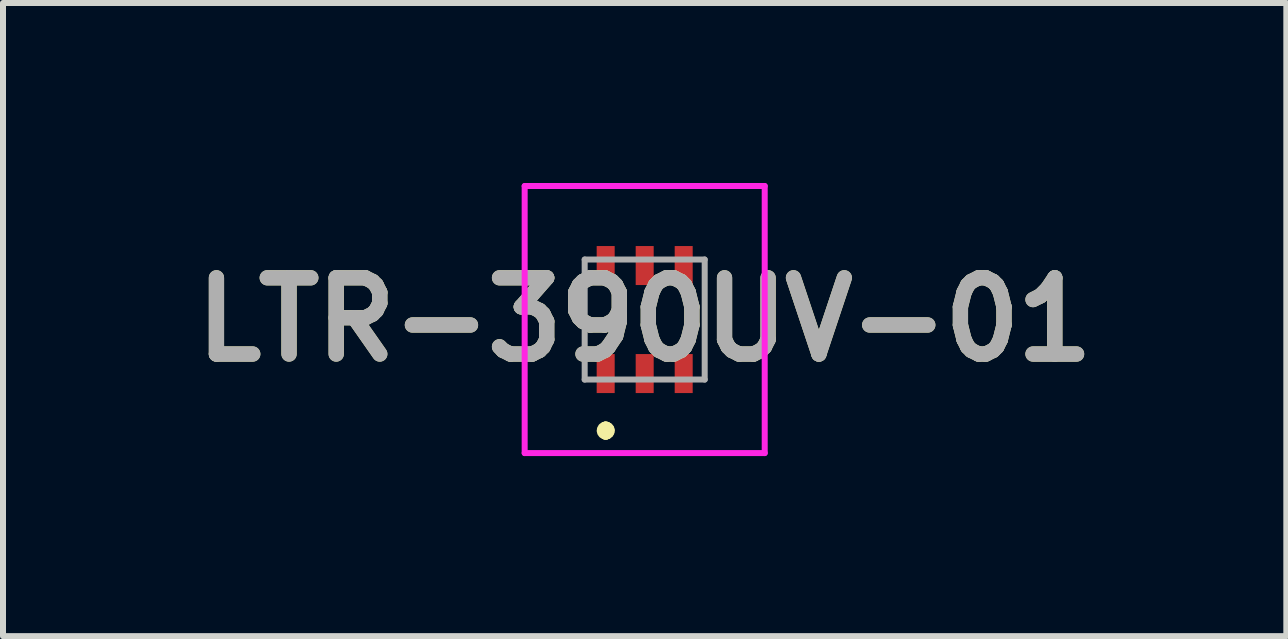
<source format=kicad_pcb>
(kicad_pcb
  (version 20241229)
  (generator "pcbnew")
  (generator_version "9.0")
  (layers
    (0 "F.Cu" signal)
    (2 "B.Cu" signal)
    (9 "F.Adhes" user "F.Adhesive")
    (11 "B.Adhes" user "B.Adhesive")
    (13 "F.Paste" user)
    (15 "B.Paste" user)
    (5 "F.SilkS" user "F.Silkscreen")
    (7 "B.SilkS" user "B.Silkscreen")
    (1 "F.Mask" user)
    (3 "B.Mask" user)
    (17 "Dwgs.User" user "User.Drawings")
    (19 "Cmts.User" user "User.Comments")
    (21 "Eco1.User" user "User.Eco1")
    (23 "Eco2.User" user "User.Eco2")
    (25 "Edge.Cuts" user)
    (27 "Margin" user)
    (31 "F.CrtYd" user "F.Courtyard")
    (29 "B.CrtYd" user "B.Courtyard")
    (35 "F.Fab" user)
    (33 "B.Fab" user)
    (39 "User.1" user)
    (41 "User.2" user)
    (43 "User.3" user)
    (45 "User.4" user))
  (footprint "LTR-390UV-01"
    (layer "F.Cu")
    (at 7.693 2.275)
    (property "Reference" "LTR-390UV-01" (at 0 0 0) (layer "F.SilkS") (effects (font (size 1.27 1.27) (thickness 0.254))))
    (attr smd)
    (fp_line (start -0.65 1.8) (end -0.65 1.8) (stroke (width 0.2) (type solid)) (layer "F.SilkS"))
    (fp_line (start -0.65 1.9) (end -0.65 1.9) (stroke (width 0.2) (type solid)) (layer "F.SilkS"))
    (fp_line (start -0.65 1.9) (end -0.65 1.9) (stroke (width 0.2) (type solid)) (layer "F.SilkS"))
    (fp_arc (start -0.65 1.8) (mid -0.6 1.85) (end -0.65 1.9) (stroke (width 0.2) (type solid)) (layer "F.SilkS"))
    (fp_arc (start -0.65 1.8) (mid -0.6 1.85) (end -0.65 1.9) (stroke (width 0.2) (type solid)) (layer "F.SilkS"))
    (fp_arc (start -0.65 1.9) (mid -0.7 1.85) (end -0.65 1.8) (stroke (width 0.2) (type solid)) (layer "F.SilkS"))
    (fp_line (start -2 -2.225) (end 2 -2.225) (stroke (width 0.1) (type solid)) (layer "F.CrtYd"))
    (fp_line (start -2 2.225) (end -2 -2.225) (stroke (width 0.1) (type solid)) (layer "F.CrtYd"))
    (fp_line (start 2 -2.225) (end 2 2.225) (stroke (width 0.1) (type solid)) (layer "F.CrtYd"))
    (fp_line (start 2 2.225) (end -2 2.225) (stroke (width 0.1) (type solid)) (layer "F.CrtYd"))
    (fp_line (start -1 -1) (end 1 -1) (stroke (width 0.1) (type solid)) (layer "F.Fab"))
    (fp_line (start -1 1) (end -1 -1) (stroke (width 0.1) (type solid)) (layer "F.Fab"))
    (fp_line (start 1 -1) (end 1 1) (stroke (width 0.1) (type solid)) (layer "F.Fab"))
    (fp_line (start 1 1) (end -1 1) (stroke (width 0.1) (type solid)) (layer "F.Fab"))
    (fp_text user "${REFERENCE}" (at 0 0 0) (layer "F.Fab") (effects (font (size 1.27 1.27) (thickness 0.254))))
    (pad "1" smd rect (at -0.65 0.9) (size 0.3 0.65) (layers "F.Cu" "F.Mask" "F.Paste"))
    (pad "2" smd rect (at 0 0.9) (size 0.3 0.65) (layers "F.Cu" "F.Mask" "F.Paste"))
    (pad "3" smd rect (at 0.65 0.9) (size 0.3 0.65) (layers "F.Cu" "F.Mask" "F.Paste"))
    (pad "4" smd rect (at 0.65 -0.9) (size 0.3 0.65) (layers "F.Cu" "F.Mask" "F.Paste"))
    (pad "5" smd rect (at 0 -0.9) (size 0.3 0.65) (layers "F.Cu" "F.Mask" "F.Paste"))
    (pad "6" smd rect (at -0.65 -0.9) (size 0.3 0.65) (layers "F.Cu" "F.Mask" "F.Paste")))
  (gr_rect
    (start -3 -3)
    (end 18.385 7.55)
    (stroke (width 0.1) (type default))
    (fill no)
    (layer "Edge.Cuts")))
</source>
